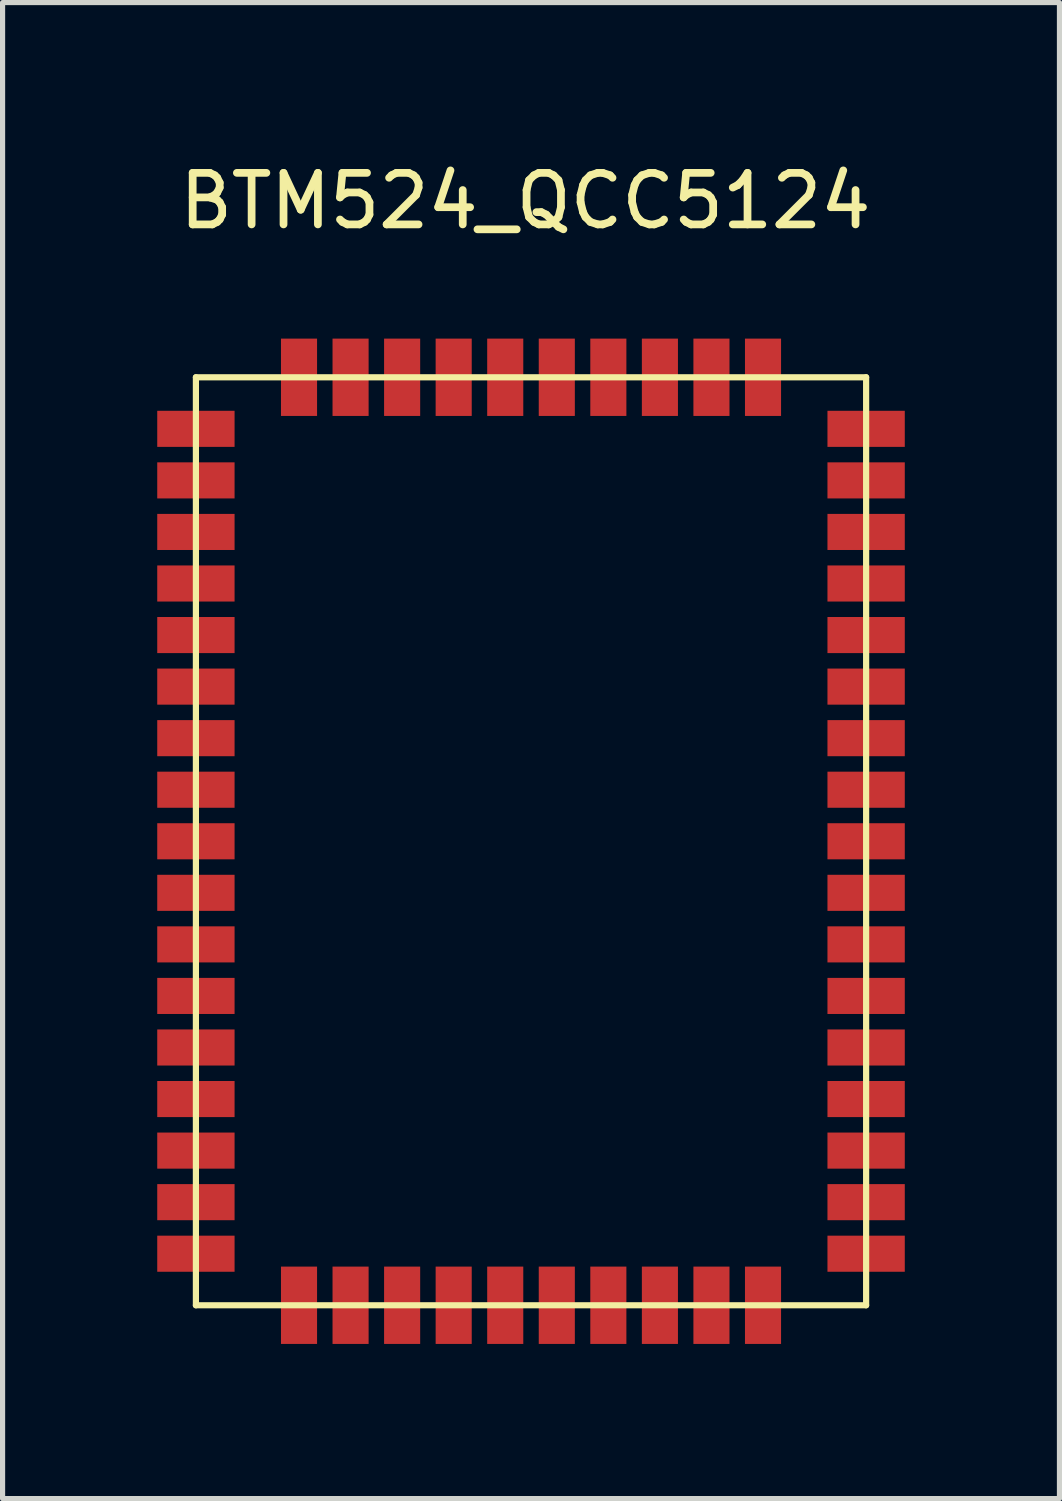
<source format=kicad_pcb>
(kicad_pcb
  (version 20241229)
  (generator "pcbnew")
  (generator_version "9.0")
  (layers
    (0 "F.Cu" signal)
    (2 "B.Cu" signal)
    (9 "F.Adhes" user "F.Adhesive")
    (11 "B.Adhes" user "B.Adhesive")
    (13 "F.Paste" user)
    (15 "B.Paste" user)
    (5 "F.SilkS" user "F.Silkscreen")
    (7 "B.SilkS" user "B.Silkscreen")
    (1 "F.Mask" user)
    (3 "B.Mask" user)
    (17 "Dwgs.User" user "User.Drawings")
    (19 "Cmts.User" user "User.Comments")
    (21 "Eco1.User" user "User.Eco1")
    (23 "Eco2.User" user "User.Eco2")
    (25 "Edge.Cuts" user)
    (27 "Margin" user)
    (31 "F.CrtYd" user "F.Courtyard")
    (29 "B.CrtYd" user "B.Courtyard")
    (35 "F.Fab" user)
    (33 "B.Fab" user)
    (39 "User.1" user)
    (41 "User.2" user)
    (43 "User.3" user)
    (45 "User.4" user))
  (footprint "BTM524_QCC5124"
    (layer "F.Cu")
    (at 7.25 13.268)
    (property "Reference" "BTM524_QCC5124" (at -0.11 -12.42 0) (layer "F.SilkS") (effects (font (size 1 1) (thickness 0.15))))
    (attr smd)
    (fp_line (start -6.5 -9) (end -6.5 9) (stroke (width 0.12) (type solid)) (layer "F.SilkS"))
    (fp_line (start -6.5 -9) (end 6.5 -9) (stroke (width 0.12) (type solid)) (layer "F.SilkS"))
    (fp_line (start -6.5 9) (end 6.5 9) (stroke (width 0.12) (type solid)) (layer "F.SilkS"))
    (fp_line (start 6.5 -9) (end 6.5 9) (stroke (width 0.12) (type solid)) (layer "F.SilkS"))
    (pad "1" smd rect (at -6.5 -8 90) (size 0.7 1.5) (layers "F.Cu" "F.Mask" "F.Paste"))
    (pad "2" smd rect (at -6.5 -7 90) (size 0.7 1.5) (layers "F.Cu" "F.Mask" "F.Paste"))
    (pad "3" smd rect (at -6.5 -6 90) (size 0.7 1.5) (layers "F.Cu" "F.Mask" "F.Paste"))
    (pad "4" smd rect (at -6.5 -5 90) (size 0.7 1.5) (layers "F.Cu" "F.Mask" "F.Paste"))
    (pad "5" smd rect (at -6.5 -4 90) (size 0.7 1.5) (layers "F.Cu" "F.Mask" "F.Paste"))
    (pad "6" smd rect (at -6.5 -3 90) (size 0.7 1.5) (layers "F.Cu" "F.Mask" "F.Paste"))
    (pad "7" smd rect (at -6.5 -2 90) (size 0.7 1.5) (layers "F.Cu" "F.Mask" "F.Paste"))
    (pad "8" smd rect (at -6.5 -1 90) (size 0.7 1.5) (layers "F.Cu" "F.Mask" "F.Paste"))
    (pad "9" smd rect (at -6.5 0 90) (size 0.7 1.5) (layers "F.Cu" "F.Mask" "F.Paste"))
    (pad "10" smd rect (at -6.5 1 90) (size 0.7 1.5) (layers "F.Cu" "F.Mask" "F.Paste"))
    (pad "11" smd rect (at -6.5 2 90) (size 0.7 1.5) (layers "F.Cu" "F.Mask" "F.Paste"))
    (pad "12" smd rect (at -6.5 3 90) (size 0.7 1.5) (layers "F.Cu" "F.Mask" "F.Paste"))
    (pad "13" smd rect (at -6.5 4 90) (size 0.7 1.5) (layers "F.Cu" "F.Mask" "F.Paste"))
    (pad "14" smd rect (at -6.5 5 90) (size 0.7 1.5) (layers "F.Cu" "F.Mask" "F.Paste"))
    (pad "15" smd rect (at -6.5 6 90) (size 0.7 1.5) (layers "F.Cu" "F.Mask" "F.Paste"))
    (pad "16" smd rect (at -6.5 7 90) (size 0.7 1.5) (layers "F.Cu" "F.Mask" "F.Paste"))
    (pad "17" smd rect (at -6.5 8 90) (size 0.7 1.5) (layers "F.Cu" "F.Mask" "F.Paste"))
    (pad "18" smd rect (at -4.5 9 180) (size 0.7 1.5) (layers "F.Cu" "F.Mask" "F.Paste"))
    (pad "19" smd rect (at -3.5 9 180) (size 0.7 1.5) (layers "F.Cu" "F.Mask" "F.Paste"))
    (pad "20" smd rect (at -2.5 9 180) (size 0.7 1.5) (layers "F.Cu" "F.Mask" "F.Paste"))
    (pad "21" smd rect (at -1.5 9 180) (size 0.7 1.5) (layers "F.Cu" "F.Mask" "F.Paste"))
    (pad "22" smd rect (at -0.5 9 180) (size 0.7 1.5) (layers "F.Cu" "F.Mask" "F.Paste"))
    (pad "23" smd rect (at 0.5 9 180) (size 0.7 1.5) (layers "F.Cu" "F.Mask" "F.Paste"))
    (pad "24" smd rect (at 1.5 9 180) (size 0.7 1.5) (layers "F.Cu" "F.Mask" "F.Paste"))
    (pad "25" smd rect (at 2.5 9 180) (size 0.7 1.5) (layers "F.Cu" "F.Mask" "F.Paste"))
    (pad "26" smd rect (at 3.5 9 180) (size 0.7 1.5) (layers "F.Cu" "F.Mask" "F.Paste"))
    (pad "27" smd rect (at 4.5 9 180) (size 0.7 1.5) (layers "F.Cu" "F.Mask" "F.Paste"))
    (pad "28" smd rect (at 6.5 8 90) (size 0.7 1.5) (layers "F.Cu" "F.Mask" "F.Paste"))
    (pad "29" smd rect (at 6.5 7 90) (size 0.7 1.5) (layers "F.Cu" "F.Mask" "F.Paste"))
    (pad "30" smd rect (at 6.5 6 90) (size 0.7 1.5) (layers "F.Cu" "F.Mask" "F.Paste"))
    (pad "31" smd rect (at 6.5 5 90) (size 0.7 1.5) (layers "F.Cu" "F.Mask" "F.Paste"))
    (pad "32" smd rect (at 6.5 4 90) (size 0.7 1.5) (layers "F.Cu" "F.Mask" "F.Paste"))
    (pad "33" smd rect (at 6.5 3 90) (size 0.7 1.5) (layers "F.Cu" "F.Mask" "F.Paste"))
    (pad "34" smd rect (at 6.5 2 90) (size 0.7 1.5) (layers "F.Cu" "F.Mask" "F.Paste"))
    (pad "35" smd rect (at 6.5 1 90) (size 0.7 1.5) (layers "F.Cu" "F.Mask" "F.Paste"))
    (pad "36" smd rect (at 6.5 0 90) (size 0.7 1.5) (layers "F.Cu" "F.Mask" "F.Paste"))
    (pad "37" smd rect (at 6.5 -1 90) (size 0.7 1.5) (layers "F.Cu" "F.Mask" "F.Paste"))
    (pad "38" smd rect (at 6.5 -2 90) (size 0.7 1.5) (layers "F.Cu" "F.Mask" "F.Paste"))
    (pad "39" smd rect (at 6.5 -3 90) (size 0.7 1.5) (layers "F.Cu" "F.Mask" "F.Paste"))
    (pad "40" smd rect (at 6.5 -4 90) (size 0.7 1.5) (layers "F.Cu" "F.Mask" "F.Paste"))
    (pad "41" smd rect (at 6.5 -5 90) (size 0.7 1.5) (layers "F.Cu" "F.Mask" "F.Paste"))
    (pad "42" smd rect (at 6.5 -6 90) (size 0.7 1.5) (layers "F.Cu" "F.Mask" "F.Paste"))
    (pad "43" smd rect (at 6.5 -7 90) (size 0.7 1.5) (layers "F.Cu" "F.Mask" "F.Paste"))
    (pad "44" smd rect (at 6.5 -8 90) (size 0.7 1.5) (layers "F.Cu" "F.Mask" "F.Paste"))
    (pad "45" smd rect (at 4.5 -9 180) (size 0.7 1.5) (layers "F.Cu" "F.Mask" "F.Paste"))
    (pad "46" smd rect (at 3.5 -9 180) (size 0.7 1.5) (layers "F.Cu" "F.Mask" "F.Paste"))
    (pad "47" smd rect (at 2.5 -9 180) (size 0.7 1.5) (layers "F.Cu" "F.Mask" "F.Paste"))
    (pad "48" smd rect (at 1.5 -9 180) (size 0.7 1.5) (layers "F.Cu" "F.Mask" "F.Paste"))
    (pad "49" smd rect (at 0.5 -9 180) (size 0.7 1.5) (layers "F.Cu" "F.Mask" "F.Paste"))
    (pad "50" smd rect (at -0.5 -9 180) (size 0.7 1.5) (layers "F.Cu" "F.Mask" "F.Paste"))
    (pad "51" smd rect (at -1.5 -9 180) (size 0.7 1.5) (layers "F.Cu" "F.Mask" "F.Paste"))
    (pad "52" smd rect (at -2.5 -9 180) (size 0.7 1.5) (layers "F.Cu" "F.Mask" "F.Paste"))
    (pad "53" smd rect (at -3.5 -9 180) (size 0.7 1.5) (layers "F.Cu" "F.Mask" "F.Paste"))
    (pad "54" smd rect (at -4.5 -9 180) (size 0.7 1.5) (layers "F.Cu" "F.Mask" "F.Paste")))
  (gr_rect
    (start -3 -3)
    (end 17.5 26.018)
    (stroke (width 0.1) (type default))
    (fill no)
    (layer "Edge.Cuts")))
</source>
